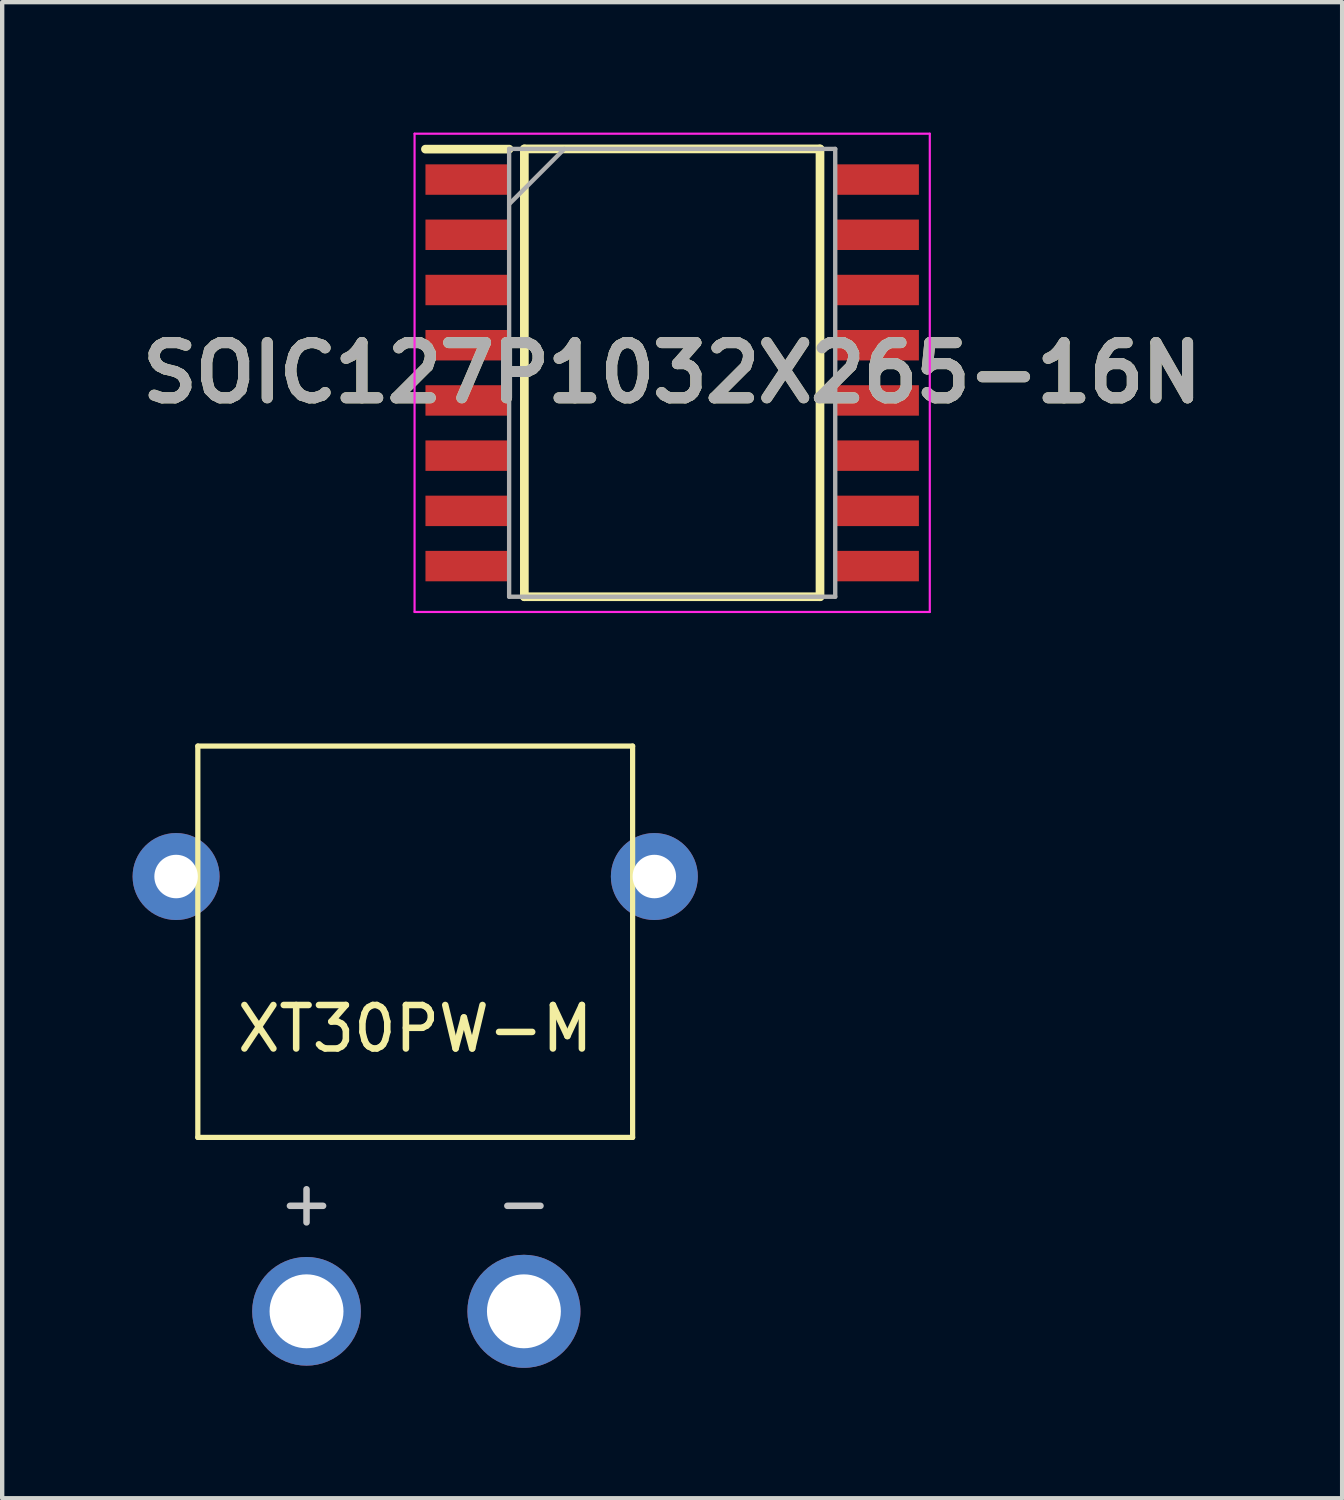
<source format=kicad_pcb>
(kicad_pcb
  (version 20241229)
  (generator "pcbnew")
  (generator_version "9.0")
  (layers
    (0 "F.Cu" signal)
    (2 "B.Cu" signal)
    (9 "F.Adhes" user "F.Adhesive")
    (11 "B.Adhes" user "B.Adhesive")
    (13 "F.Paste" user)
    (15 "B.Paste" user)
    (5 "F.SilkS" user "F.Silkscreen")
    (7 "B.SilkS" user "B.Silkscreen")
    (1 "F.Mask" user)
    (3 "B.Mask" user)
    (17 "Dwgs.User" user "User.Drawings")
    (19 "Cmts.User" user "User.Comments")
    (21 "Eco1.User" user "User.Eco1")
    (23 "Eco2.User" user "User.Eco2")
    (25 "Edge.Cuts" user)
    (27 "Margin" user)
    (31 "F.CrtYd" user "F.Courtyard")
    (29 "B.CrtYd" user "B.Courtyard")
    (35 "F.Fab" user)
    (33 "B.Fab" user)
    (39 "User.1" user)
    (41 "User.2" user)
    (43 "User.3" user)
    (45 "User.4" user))
  (footprint "SOIC127P1032X265-16N"
    (layer "F.Cu")
    (at 12.41 5.525)
    (property "Reference" "SOIC127P1032X265-16N" (at 0 0 0) (layer "F.SilkS") (effects (font (size 1.27 1.27) (thickness 0.254))))
    (attr smd)
    (fp_line (start -5.675 -5.145) (end -3.75 -5.145) (stroke (width 0.2) (type solid)) (layer "F.SilkS"))
    (fp_line (start -3.4 -5.15) (end 3.4 -5.15) (stroke (width 0.2) (type solid)) (layer "F.SilkS"))
    (fp_line (start -3.4 5.15) (end -3.4 -5.15) (stroke (width 0.2) (type solid)) (layer "F.SilkS"))
    (fp_line (start 3.4 -5.15) (end 3.4 5.15) (stroke (width 0.2) (type solid)) (layer "F.SilkS"))
    (fp_line (start 3.4 5.15) (end -3.4 5.15) (stroke (width 0.2) (type solid)) (layer "F.SilkS"))
    (fp_line (start -5.925 -5.5) (end 5.925 -5.5) (stroke (width 0.05) (type solid)) (layer "F.CrtYd"))
    (fp_line (start -5.925 5.5) (end -5.925 -5.5) (stroke (width 0.05) (type solid)) (layer "F.CrtYd"))
    (fp_line (start 5.925 -5.5) (end 5.925 5.5) (stroke (width 0.05) (type solid)) (layer "F.CrtYd"))
    (fp_line (start 5.925 5.5) (end -5.925 5.5) (stroke (width 0.05) (type solid)) (layer "F.CrtYd"))
    (fp_line (start -3.75 -5.15) (end 3.75 -5.15) (stroke (width 0.1) (type solid)) (layer "F.Fab"))
    (fp_line (start -3.75 -3.88) (end -2.48 -5.15) (stroke (width 0.1) (type solid)) (layer "F.Fab"))
    (fp_line (start -3.75 5.15) (end -3.75 -5.15) (stroke (width 0.1) (type solid)) (layer "F.Fab"))
    (fp_line (start 3.75 -5.15) (end 3.75 5.15) (stroke (width 0.1) (type solid)) (layer "F.Fab"))
    (fp_line (start 3.75 5.15) (end -3.75 5.15) (stroke (width 0.1) (type solid)) (layer "F.Fab"))
    (fp_text user "${REFERENCE}" (at 0 0 0) (layer "F.Fab") (effects (font (size 1.27 1.27) (thickness 0.254))))
    (pad "1" smd rect (at -4.712 -4.445 90) (size 0.7 1.925) (layers "F.Cu" "F.Mask" "F.Paste"))
    (pad "2" smd rect (at -4.712 -3.175 90) (size 0.7 1.925) (layers "F.Cu" "F.Mask" "F.Paste"))
    (pad "3" smd rect (at -4.712 -1.905 90) (size 0.7 1.925) (layers "F.Cu" "F.Mask" "F.Paste"))
    (pad "4" smd rect (at -4.712 -0.635 90) (size 0.7 1.925) (layers "F.Cu" "F.Mask" "F.Paste"))
    (pad "5" smd rect (at -4.712 0.635 90) (size 0.7 1.925) (layers "F.Cu" "F.Mask" "F.Paste"))
    (pad "6" smd rect (at -4.712 1.905 90) (size 0.7 1.925) (layers "F.Cu" "F.Mask" "F.Paste"))
    (pad "7" smd rect (at -4.712 3.175 90) (size 0.7 1.925) (layers "F.Cu" "F.Mask" "F.Paste"))
    (pad "8" smd rect (at -4.712 4.445 90) (size 0.7 1.925) (layers "F.Cu" "F.Mask" "F.Paste"))
    (pad "9" smd rect (at 4.712 4.445 90) (size 0.7 1.925) (layers "F.Cu" "F.Mask" "F.Paste"))
    (pad "10" smd rect (at 4.712 3.175 90) (size 0.7 1.925) (layers "F.Cu" "F.Mask" "F.Paste"))
    (pad "11" smd rect (at 4.712 1.905 90) (size 0.7 1.925) (layers "F.Cu" "F.Mask" "F.Paste"))
    (pad "12" smd rect (at 4.712 0.635 90) (size 0.7 1.925) (layers "F.Cu" "F.Mask" "F.Paste"))
    (pad "13" smd rect (at 4.712 -0.635 90) (size 0.7 1.925) (layers "F.Cu" "F.Mask" "F.Paste"))
    (pad "14" smd rect (at 4.712 -1.905 90) (size 0.7 1.925) (layers "F.Cu" "F.Mask" "F.Paste"))
    (pad "15" smd rect (at 4.712 -3.175 90) (size 0.7 1.925) (layers "F.Cu" "F.Mask" "F.Paste"))
    (pad "16" smd rect (at 4.712 -4.445 90) (size 0.7 1.925) (layers "F.Cu" "F.Mask" "F.Paste")))
  (footprint "XT30PW-M"
    (layer "F.Cu")
    (at 6.5 20.61)
    (property "Reference" "XT30PW-M" (at 0 0 0) (layer "F.SilkS") (effects (font (size 1 1) (thickness 0.15))))
    (attr through_hole)
    (fp_line (start -5 -6.5) (end -5 2.5) (stroke (width 0.12) (type solid)) (layer "F.SilkS"))
    (fp_line (start -5 2.5) (end 5 2.5) (stroke (width 0.12) (type solid)) (layer "F.SilkS"))
    (fp_line (start 5 -6.5) (end -5 -6.5) (stroke (width 0.12) (type solid)) (layer "F.SilkS"))
    (fp_line (start 5 2.5) (end 5 -6.5) (stroke (width 0.12) (type solid)) (layer "F.SilkS"))
    (fp_text user "+" (at -2.5 4 0) (layer "Dwgs.User") (effects (font (size 1 1) (thickness 0.15))))
    (fp_text user "-" (at 2.5 4 0) (layer "Dwgs.User") (effects (font (size 1 1) (thickness 0.15))))
    (pad "" thru_hole circle (at -5.5 -3.5) (size 2 2) (drill 1) (layers "*.Cu" "*.Mask"))
    (pad "" thru_hole circle (at 5.5 -3.5) (size 2 2) (drill 1) (layers "*.Cu" "*.Mask"))
    (pad "1" thru_hole circle (at 2.5 6.5) (size 2.6 2.6) (drill 1.7) (layers "*.Cu" "*.Mask"))
    (pad "2" thru_hole circle (at -2.5 6.5) (size 2.5 2.5) (drill 1.7) (layers "*.Cu" "*.Mask")))
  (gr_rect
    (start -3 -3)
    (end 27.819 31.41)
    (stroke (width 0.1) (type default))
    (fill no)
    (layer "Edge.Cuts")))
</source>
